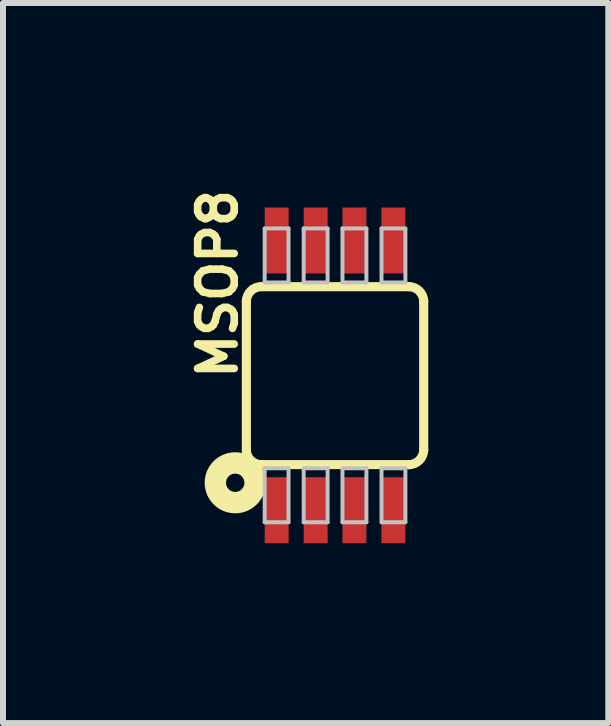
<source format=kicad_pcb>
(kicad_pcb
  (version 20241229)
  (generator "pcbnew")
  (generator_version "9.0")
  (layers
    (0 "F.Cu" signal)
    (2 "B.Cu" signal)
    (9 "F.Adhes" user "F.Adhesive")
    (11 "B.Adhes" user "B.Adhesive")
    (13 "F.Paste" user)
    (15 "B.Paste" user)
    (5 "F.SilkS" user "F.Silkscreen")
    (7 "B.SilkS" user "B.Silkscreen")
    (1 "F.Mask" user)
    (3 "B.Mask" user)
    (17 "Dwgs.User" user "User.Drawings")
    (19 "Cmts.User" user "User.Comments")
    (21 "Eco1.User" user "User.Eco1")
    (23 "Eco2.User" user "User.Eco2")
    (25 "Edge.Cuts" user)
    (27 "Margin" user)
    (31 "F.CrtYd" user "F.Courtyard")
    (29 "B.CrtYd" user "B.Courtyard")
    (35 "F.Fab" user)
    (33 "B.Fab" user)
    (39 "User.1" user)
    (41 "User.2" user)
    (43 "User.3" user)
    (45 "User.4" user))
  (footprint "MSOP8"
    (layer "F.Cu")
    (at 2.535 3.207)
    (property "Reference" "MSOP8" (at -1.956 -1.524 90) (layer "F.SilkS") (effects (font (size 0.61 0.61) (thickness 0.127))))
    (attr smd)
    (fp_line (start -1.478 -1.229) (end -1.478 1.229) (stroke (width 0.152) (type solid)) (layer "F.SilkS"))
    (fp_line (start -1.219 -1.478) (end 1.24 -1.478) (stroke (width 0.152) (type solid)) (layer "F.SilkS"))
    (fp_line (start 1.24 1.488) (end -1.219 1.488) (stroke (width 0.152) (type solid)) (layer "F.SilkS"))
    (fp_line (start 1.478 1.24) (end 1.478 -1.229) (stroke (width 0.152) (type solid)) (layer "F.SilkS"))
    (fp_arc (start -1.47828 -1.22936) (mid -1.405373 -1.405373) (end -1.22936 -1.47828) (stroke (width 0.1524) (type solid)) (layer "F.SilkS"))
    (fp_arc (start -1.22936 1.48844) (mid -1.405373 1.415533) (end -1.47828 1.23952) (stroke (width 0.1524) (type solid)) (layer "F.SilkS"))
    (fp_arc (start 1.22936 -1.47828) (mid 1.405373 -1.405373) (end 1.47828 -1.22936) (stroke (width 0.1524) (type solid)) (layer "F.SilkS"))
    (fp_arc (start 1.47828 1.23952) (mid 1.405373 1.415533) (end 1.22936 1.48844) (stroke (width 0.1524) (type solid)) (layer "F.SilkS"))
    (fp_circle (center -1.664 1.791) (end -1.664 1.638) (stroke (width 0.356) (type solid)) (fill no) (layer "F.SilkS"))
    (fp_line (start -1.173 -2.449) (end -0.775 -2.449) (stroke (width 0.066) (type solid)) (layer "Dwgs.User"))
    (fp_line (start -1.173 -1.549) (end -1.173 -2.449) (stroke (width 0.066) (type solid)) (layer "Dwgs.User"))
    (fp_line (start -1.173 -1.549) (end -0.775 -1.549) (stroke (width 0.066) (type solid)) (layer "Dwgs.User"))
    (fp_line (start -1.173 1.549) (end -0.775 1.549) (stroke (width 0.066) (type solid)) (layer "Dwgs.User"))
    (fp_line (start -1.173 2.449) (end -1.173 1.549) (stroke (width 0.066) (type solid)) (layer "Dwgs.User"))
    (fp_line (start -1.173 2.449) (end -0.775 2.449) (stroke (width 0.066) (type solid)) (layer "Dwgs.User"))
    (fp_line (start -0.775 -1.549) (end -0.775 -2.449) (stroke (width 0.066) (type solid)) (layer "Dwgs.User"))
    (fp_line (start -0.775 2.449) (end -0.775 1.549) (stroke (width 0.066) (type solid)) (layer "Dwgs.User"))
    (fp_line (start -0.523 -2.449) (end -0.124 -2.449) (stroke (width 0.066) (type solid)) (layer "Dwgs.User"))
    (fp_line (start -0.523 -1.549) (end -0.523 -2.449) (stroke (width 0.066) (type solid)) (layer "Dwgs.User"))
    (fp_line (start -0.523 -1.549) (end -0.124 -1.549) (stroke (width 0.066) (type solid)) (layer "Dwgs.User"))
    (fp_line (start -0.523 1.549) (end -0.124 1.549) (stroke (width 0.066) (type solid)) (layer "Dwgs.User"))
    (fp_line (start -0.523 2.449) (end -0.523 1.549) (stroke (width 0.066) (type solid)) (layer "Dwgs.User"))
    (fp_line (start -0.523 2.449) (end -0.124 2.449) (stroke (width 0.066) (type solid)) (layer "Dwgs.User"))
    (fp_line (start -0.124 -1.549) (end -0.124 -2.449) (stroke (width 0.066) (type solid)) (layer "Dwgs.User"))
    (fp_line (start -0.124 2.449) (end -0.124 1.549) (stroke (width 0.066) (type solid)) (layer "Dwgs.User"))
    (fp_line (start 0.124 -2.449) (end 0.523 -2.449) (stroke (width 0.066) (type solid)) (layer "Dwgs.User"))
    (fp_line (start 0.124 -1.549) (end 0.124 -2.449) (stroke (width 0.066) (type solid)) (layer "Dwgs.User"))
    (fp_line (start 0.124 -1.549) (end 0.523 -1.549) (stroke (width 0.066) (type solid)) (layer "Dwgs.User"))
    (fp_line (start 0.124 1.549) (end 0.523 1.549) (stroke (width 0.066) (type solid)) (layer "Dwgs.User"))
    (fp_line (start 0.124 2.449) (end 0.124 1.549) (stroke (width 0.066) (type solid)) (layer "Dwgs.User"))
    (fp_line (start 0.124 2.449) (end 0.523 2.449) (stroke (width 0.066) (type solid)) (layer "Dwgs.User"))
    (fp_line (start 0.523 -1.549) (end 0.523 -2.449) (stroke (width 0.066) (type solid)) (layer "Dwgs.User"))
    (fp_line (start 0.523 2.449) (end 0.523 1.549) (stroke (width 0.066) (type solid)) (layer "Dwgs.User"))
    (fp_line (start 0.775 -2.449) (end 1.173 -2.449) (stroke (width 0.066) (type solid)) (layer "Dwgs.User"))
    (fp_line (start 0.775 -1.549) (end 0.775 -2.449) (stroke (width 0.066) (type solid)) (layer "Dwgs.User"))
    (fp_line (start 0.775 -1.549) (end 1.173 -1.549) (stroke (width 0.066) (type solid)) (layer "Dwgs.User"))
    (fp_line (start 0.775 1.549) (end 1.173 1.549) (stroke (width 0.066) (type solid)) (layer "Dwgs.User"))
    (fp_line (start 0.775 2.449) (end 0.775 1.549) (stroke (width 0.066) (type solid)) (layer "Dwgs.User"))
    (fp_line (start 0.775 2.449) (end 1.173 2.449) (stroke (width 0.066) (type solid)) (layer "Dwgs.User"))
    (fp_line (start 1.173 -1.549) (end 1.173 -2.449) (stroke (width 0.066) (type solid)) (layer "Dwgs.User"))
    (fp_line (start 1.173 2.449) (end 1.173 1.549) (stroke (width 0.066) (type solid)) (layer "Dwgs.User"))
    (pad "1" smd rect (at -0.973 2.248) (size 0.399 1.1) (layers "F.Cu" "F.Mask" "F.Paste"))
    (pad "2" smd rect (at -0.323 2.248) (size 0.399 1.1) (layers "F.Cu" "F.Mask" "F.Paste"))
    (pad "3" smd rect (at 0.323 2.248) (size 0.399 1.1) (layers "F.Cu" "F.Mask" "F.Paste"))
    (pad "4" smd rect (at 0.973 2.248) (size 0.399 1.1) (layers "F.Cu" "F.Mask" "F.Paste"))
    (pad "5" smd rect (at 0.973 -2.248) (size 0.399 1.1) (layers "F.Cu" "F.Mask" "F.Paste"))
    (pad "6" smd rect (at 0.323 -2.248) (size 0.399 1.1) (layers "F.Cu" "F.Mask" "F.Paste"))
    (pad "7" smd rect (at -0.323 -2.248) (size 0.399 1.1) (layers "F.Cu" "F.Mask" "F.Paste"))
    (pad "8" smd rect (at -0.973 -2.248) (size 0.399 1.1) (layers "F.Cu" "F.Mask" "F.Paste")))
  (gr_rect
    (start -3 -3)
    (end 7.09 9.004)
    (stroke (width 0.1) (type default))
    (fill no)
    (layer "Edge.Cuts")))
</source>
